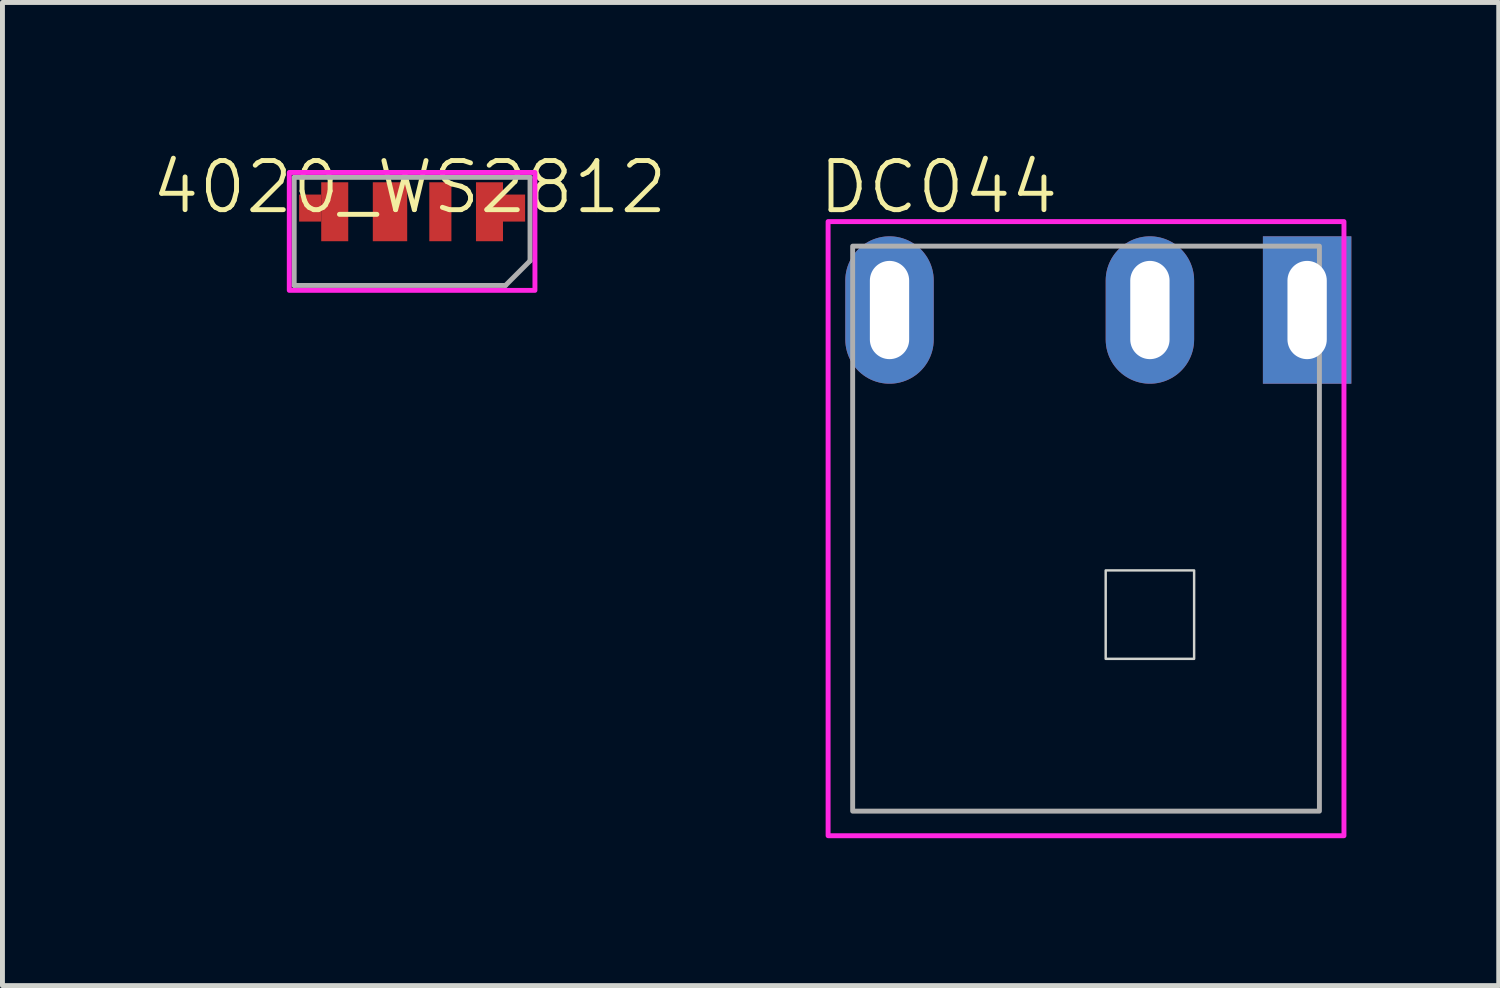
<source format=kicad_pcb>
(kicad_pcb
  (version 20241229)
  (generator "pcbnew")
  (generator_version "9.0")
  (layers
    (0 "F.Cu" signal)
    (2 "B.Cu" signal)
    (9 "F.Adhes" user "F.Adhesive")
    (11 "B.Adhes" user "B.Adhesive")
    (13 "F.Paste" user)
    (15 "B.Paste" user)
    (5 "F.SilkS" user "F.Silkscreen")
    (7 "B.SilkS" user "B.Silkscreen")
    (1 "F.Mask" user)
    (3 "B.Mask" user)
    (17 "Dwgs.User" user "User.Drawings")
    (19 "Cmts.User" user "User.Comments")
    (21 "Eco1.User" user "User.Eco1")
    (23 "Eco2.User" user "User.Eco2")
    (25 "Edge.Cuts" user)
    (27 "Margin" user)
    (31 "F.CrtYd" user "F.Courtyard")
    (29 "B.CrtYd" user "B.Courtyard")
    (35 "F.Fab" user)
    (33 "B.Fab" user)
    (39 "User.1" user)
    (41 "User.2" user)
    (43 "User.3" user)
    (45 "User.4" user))
  (footprint "4020_WS2812"
    (layer "F.Cu")
    (at 5.288 1.26)
    (property "Reference" "4020_WS2812" (at 0 -0.5 0) (unlocked yes) (layer "F.SilkS") (effects (font (size 1 1) (thickness 0.1))))
    (attr smd)
    (fp_rect (start -2.45 -0.8) (end 2.55 1.6) (stroke (width 0.1) (type default)) (fill no) (layer "F.CrtYd"))
    (fp_line (start -2.35 -0.7) (end -2.35 1.5) (stroke (width 0.1) (type default)) (layer "F.Fab"))
    (fp_line (start -2.35 -0.7) (end 2.45 -0.7) (stroke (width 0.1) (type default)) (layer "F.Fab"))
    (fp_line (start -2.35 1.5) (end 1.95 1.5) (stroke (width 0.1) (type default)) (layer "F.Fab"))
    (fp_line (start 2.45 -0.7) (end 2.45 1) (stroke (width 0.1) (type default)) (layer "F.Fab"))
    (fp_line (start 2.45 1) (end 1.95 1.5) (stroke (width 0.1) (type default)) (layer "F.Fab"))
    (pad "1" smd rect (at -0.4 0) (size 0.7 1.2) (layers "F.Cu" "F.Mask" "F.Paste"))
    (pad "2" smd rect (at 0.625 0) (size 0.45 1.2) (layers "F.Cu" "F.Mask" "F.Paste"))
    (pad "3" smd rect (at 1.625 0) (size 0.55 1.2) (layers "F.Cu" "F.Mask" "F.Paste"))
    (pad "3" smd rect (at 2.125 -0.075) (size 0.45 0.55) (layers "F.Cu" "F.Mask" "F.Paste"))
    (pad "4" smd rect (at -2.025 -0.075) (size 0.45 0.55) (layers "F.Cu" "F.Mask" "F.Paste"))
    (pad "4" smd rect (at -1.525 0) (size 0.55 1.2) (layers "F.Cu" "F.Mask" "F.Paste")))
  (footprint "DC044"
    (layer "F.Cu")
    (at 23.555 3.26)
    (property "Reference" "DC044" (at -7.5 -2.5 0) (unlocked yes) (layer "F.SilkS") (effects (font (size 1 1) (thickness 0.1))))
    (attr through_hole)
    (fp_rect (start -4.1 5.3) (end -2.3 7.1) (stroke (width 0.05) (type default)) (fill no) (layer "Edge.Cuts"))
    (fp_rect (start -9.75 -1.8) (end 0.75 10.7) (stroke (width 0.1) (type default)) (fill no) (layer "F.CrtYd"))
    (fp_rect (start -9.25 -1.3) (end 0.25 10.2) (stroke (width 0.1) (type default)) (fill no) (layer "F.Fab"))
    (pad "1" thru_hole rect (at 0 0) (size 1.8 3) (drill oval 0.8 2) (layers "*.Cu" "*.Mask"))
    (pad "2" thru_hole oval (at -3.2 0) (size 1.8 3) (drill oval 0.8 2) (layers "*.Cu" "*.Mask"))
    (pad "3" thru_hole oval (at -8.5 0) (size 1.8 3) (drill oval 0.8 2) (layers "*.Cu" "*.Mask")))
  (gr_rect
    (start -3 -3)
    (end 27.455 17.011)
    (stroke (width 0.1) (type default))
    (fill no)
    (layer "Edge.Cuts")))
</source>
